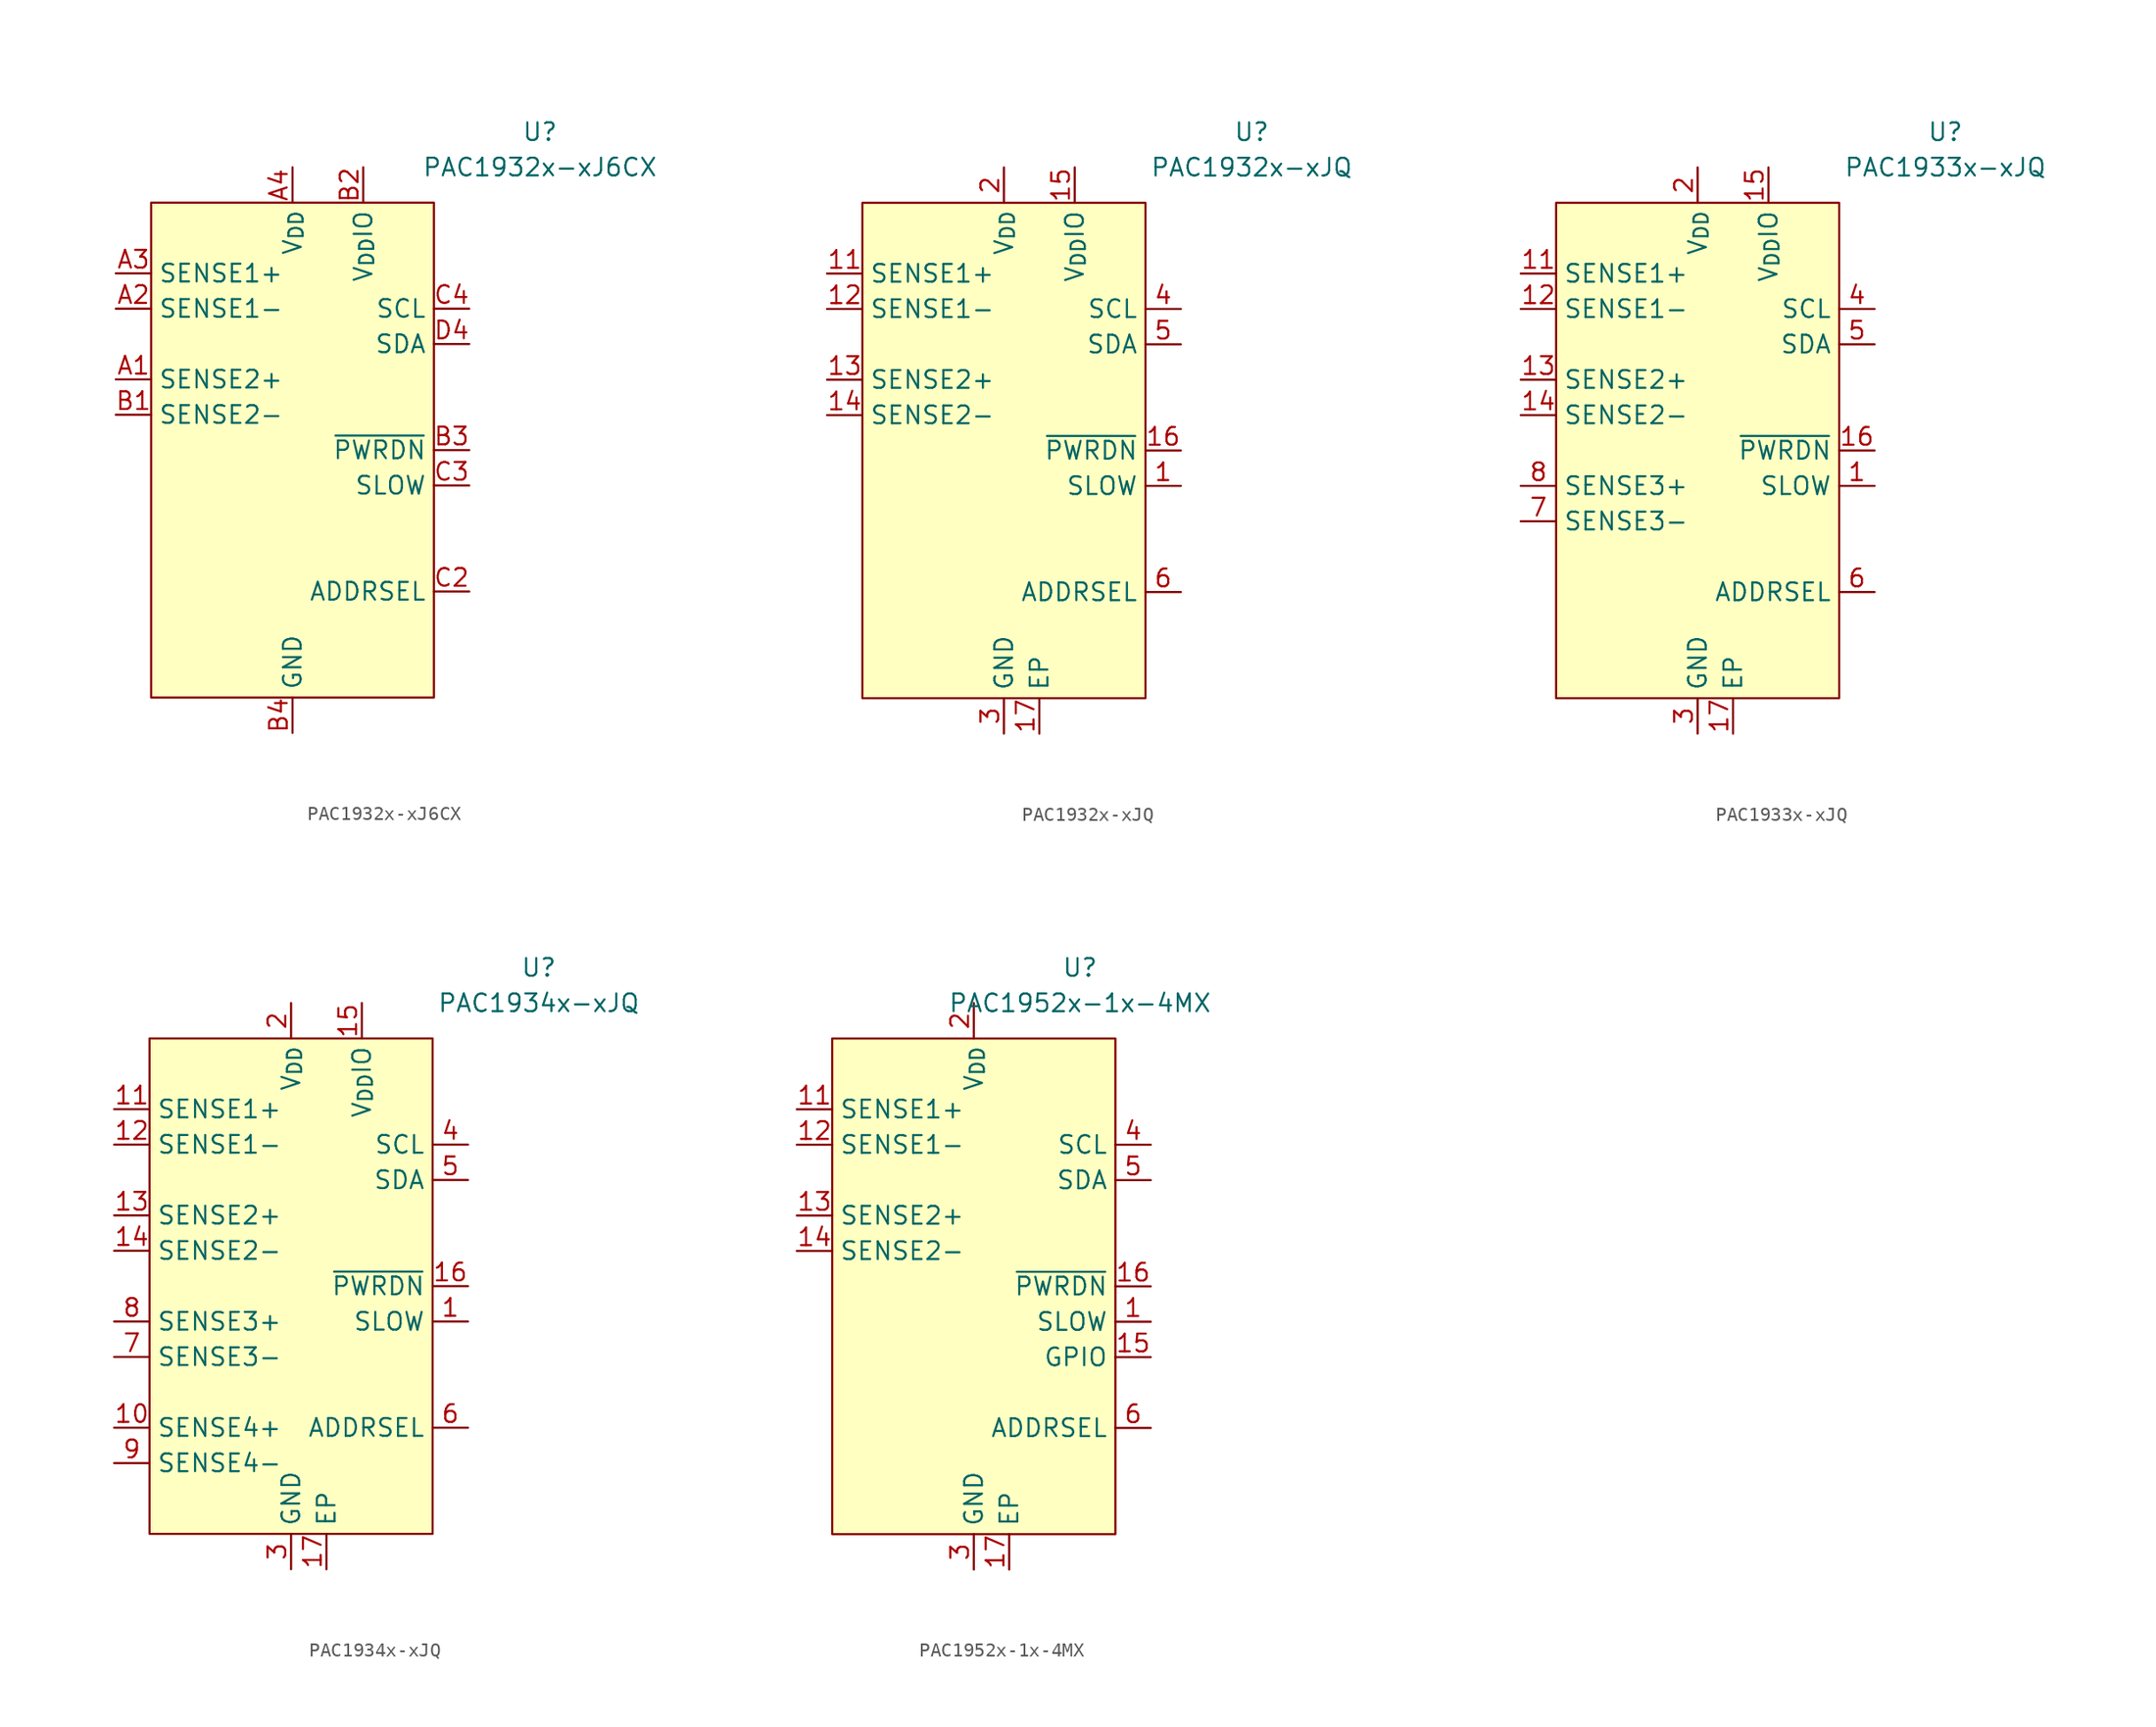
<source format=kicad_sym>
(kicad_symbol_lib
  (version 20241209)
  (generator "kicad_symbol_editor")
  (generator_version "9.0")
  (symbol "PAC1932x-xJ6CX"
    (property "Reference" "U"
      (at 17.78 22.86 0)
      (effects (font (size 1.27 1.27))))
    (property "Value" "PAC1932x-xJ6CX"
      (at 17.78 20.32 0)
      (effects (font (size 1.27 1.27))))
    (symbol "PAC1932x-xJ6CX_0_0"
      (pin input line (at -12.7 12.7 0) (length 2.54) (name "SENSE1+" (effects (font (size 1.27 1.27)))) (number "A3" (effects (font (size 1.27 1.27)))))
      (pin input line (at -12.7 10.16 0) (length 2.54) (name "SENSE1-" (effects (font (size 1.27 1.27)))) (number "A2" (effects (font (size 1.27 1.27)))))
      (pin input line (at -12.7 5.08 0) (length 2.54) (name "SENSE2+" (effects (font (size 1.27 1.27)))) (number "A1" (effects (font (size 1.27 1.27)))))
      (pin input line (at -12.7 2.54 0) (length 2.54) (name "SENSE2-" (effects (font (size 1.27 1.27)))) (number "B1" (effects (font (size 1.27 1.27)))))
      (pin power_in line (at 0 20.32 270) (length 2.54) (name "V_{DD}" (effects (font (size 1.27 1.27)))) (number "A4" (effects (font (size 1.27 1.27)))))
      (pin power_in line (at 0 -20.32 90) (length 2.54) (name "GND" (effects (font (size 1.27 1.27)))) (number "B4" (effects (font (size 1.27 1.27)))))
      (pin passive line (at 0 -20.32 90) (length 2.54) (hide yes) (name "GND" (effects (font (size 1.27 1.27)))) (number "C1" (effects (font (size 1.27 1.27)))))
      (pin passive line (at 0 -20.32 90) (length 2.54) (hide yes) (name "GND" (effects (font (size 1.27 1.27)))) (number "D1" (effects (font (size 1.27 1.27)))))
      (pin passive line (at 0 -20.32 90) (length 2.54) (hide yes) (name "GND" (effects (font (size 1.27 1.27)))) (number "D2" (effects (font (size 1.27 1.27)))))
      (pin passive line (at 0 -20.32 90) (length 2.54) (hide yes) (name "GND" (effects (font (size 1.27 1.27)))) (number "D3" (effects (font (size 1.27 1.27)))))
      (pin input line (at 5.08 20.32 270) (length 2.54) (name "V_{DD}IO" (effects (font (size 1.27 1.27)))) (number "B2" (effects (font (size 1.27 1.27)))))
      (pin input line (at 12.7 10.16 180) (length 2.54) (name "SCL" (effects (font (size 1.27 1.27)))) (number "C4" (effects (font (size 1.27 1.27)))) (alternate "SM_CLK" input line))
      (pin bidirectional line (at 12.7 7.62 180) (length 2.54) (name "SDA" (effects (font (size 1.27 1.27)))) (number "D4" (effects (font (size 1.27 1.27)))) (alternate "SM_DATA" bidirectional line))
      (pin input line (at 12.7 0 180) (length 2.54) (name "~{PWRDN}" (effects (font (size 1.27 1.27)))) (number "B3" (effects (font (size 1.27 1.27)))))
      (pin input line (at 12.7 -2.54 180) (length 2.54) (name "SLOW" (effects (font (size 1.27 1.27)))) (number "C3" (effects (font (size 1.27 1.27)))) (alternate "~{ALERT1}" open_collector line))
      (pin passive line (at 12.7 -10.16 180) (length 2.54) (name "ADDRSEL" (effects (font (size 1.27 1.27)))) (number "C2" (effects (font (size 1.27 1.27))))))
    (symbol "PAC1932x-xJ6CX_0_1"
      (rectangle (start -10.16 17.78) (end 10.16 -17.78) (stroke (width 0) (type default)) (fill (type background)))))
  (symbol "PAC1932x-xJQ"
    (property "Reference" "U"
      (at 17.78 22.86 0)
      (effects (font (size 1.27 1.27))))
    (property "Value" "PAC1932x-xJQ"
      (at 17.78 20.32 0)
      (effects (font (size 1.27 1.27))))
    (symbol "PAC1932x-xJQ_0_0"
      (pin input line (at -12.7 12.7 0) (length 2.54) (name "SENSE1+" (effects (font (size 1.27 1.27)))) (number "11" (effects (font (size 1.27 1.27)))))
      (pin input line (at -12.7 10.16 0) (length 2.54) (name "SENSE1-" (effects (font (size 1.27 1.27)))) (number "12" (effects (font (size 1.27 1.27)))))
      (pin input line (at -12.7 5.08 0) (length 2.54) (name "SENSE2+" (effects (font (size 1.27 1.27)))) (number "13" (effects (font (size 1.27 1.27)))))
      (pin input line (at -12.7 2.54 0) (length 2.54) (name "SENSE2-" (effects (font (size 1.27 1.27)))) (number "14" (effects (font (size 1.27 1.27)))))
      (pin power_in line (at 0 20.32 270) (length 2.54) (name "V_{DD}" (effects (font (size 1.27 1.27)))) (number "2" (effects (font (size 1.27 1.27)))))
      (pin passive line (at 0 -20.32 90) (length 2.54) (hide yes) (name "GND" (effects (font (size 1.27 1.27)))) (number "10" (effects (font (size 1.27 1.27)))))
      (pin power_in line (at 0 -20.32 90) (length 2.54) (name "GND" (effects (font (size 1.27 1.27)))) (number "3" (effects (font (size 1.27 1.27)))))
      (pin passive line (at 0 -20.32 90) (length 2.54) (hide yes) (name "GND" (effects (font (size 1.27 1.27)))) (number "7" (effects (font (size 1.27 1.27)))))
      (pin passive line (at 0 -20.32 90) (length 2.54) (hide yes) (name "GND" (effects (font (size 1.27 1.27)))) (number "8" (effects (font (size 1.27 1.27)))))
      (pin passive line (at 0 -20.32 90) (length 2.54) (hide yes) (name "GND" (effects (font (size 1.27 1.27)))) (number "9" (effects (font (size 1.27 1.27)))))
      (pin passive line (at 2.54 -20.32 90) (length 2.54) (name "EP" (effects (font (size 1.27 1.27)))) (number "17" (effects (font (size 1.27 1.27)))))
      (pin input line (at 5.08 20.32 270) (length 2.54) (name "V_{DD}IO" (effects (font (size 1.27 1.27)))) (number "15" (effects (font (size 1.27 1.27)))))
      (pin input line (at 12.7 10.16 180) (length 2.54) (name "SCL" (effects (font (size 1.27 1.27)))) (number "4" (effects (font (size 1.27 1.27)))) (alternate "SM_CLK" input line))
      (pin bidirectional line (at 12.7 7.62 180) (length 2.54) (name "SDA" (effects (font (size 1.27 1.27)))) (number "5" (effects (font (size 1.27 1.27)))) (alternate "SM_DATA" bidirectional line))
      (pin input line (at 12.7 0 180) (length 2.54) (name "~{PWRDN}" (effects (font (size 1.27 1.27)))) (number "16" (effects (font (size 1.27 1.27)))))
      (pin input line (at 12.7 -2.54 180) (length 2.54) (name "SLOW" (effects (font (size 1.27 1.27)))) (number "1" (effects (font (size 1.27 1.27)))) (alternate "~{ALERT1}" open_collector line))
      (pin passive line (at 12.7 -10.16 180) (length 2.54) (name "ADDRSEL" (effects (font (size 1.27 1.27)))) (number "6" (effects (font (size 1.27 1.27))))))
    (symbol "PAC1932x-xJQ_0_1"
      (rectangle (start -10.16 17.78) (end 10.16 -17.78) (stroke (width 0) (type default)) (fill (type background)))))
  (symbol "PAC1933x-xJQ"
    (property "Reference" "U"
      (at 17.78 22.86 0)
      (effects (font (size 1.27 1.27))))
    (property "Value" "PAC1933x-xJQ"
      (at 17.78 20.32 0)
      (effects (font (size 1.27 1.27))))
    (symbol "PAC1933x-xJQ_0_0"
      (pin input line (at -12.7 12.7 0) (length 2.54) (name "SENSE1+" (effects (font (size 1.27 1.27)))) (number "11" (effects (font (size 1.27 1.27)))))
      (pin input line (at -12.7 10.16 0) (length 2.54) (name "SENSE1-" (effects (font (size 1.27 1.27)))) (number "12" (effects (font (size 1.27 1.27)))))
      (pin input line (at -12.7 5.08 0) (length 2.54) (name "SENSE2+" (effects (font (size 1.27 1.27)))) (number "13" (effects (font (size 1.27 1.27)))))
      (pin input line (at -12.7 2.54 0) (length 2.54) (name "SENSE2-" (effects (font (size 1.27 1.27)))) (number "14" (effects (font (size 1.27 1.27)))))
      (pin input line (at -12.7 -2.54 0) (length 2.54) (name "SENSE3+" (effects (font (size 1.27 1.27)))) (number "8" (effects (font (size 1.27 1.27)))))
      (pin input line (at -12.7 -5.08 0) (length 2.54) (name "SENSE3-" (effects (font (size 1.27 1.27)))) (number "7" (effects (font (size 1.27 1.27)))))
      (pin power_in line (at 0 20.32 270) (length 2.54) (name "V_{DD}" (effects (font (size 1.27 1.27)))) (number "2" (effects (font (size 1.27 1.27)))))
      (pin passive line (at 0 -20.32 90) (length 2.54) (hide yes) (name "GND" (effects (font (size 1.27 1.27)))) (number "10" (effects (font (size 1.27 1.27)))))
      (pin power_in line (at 0 -20.32 90) (length 2.54) (name "GND" (effects (font (size 1.27 1.27)))) (number "3" (effects (font (size 1.27 1.27)))))
      (pin passive line (at 0 -20.32 90) (length 2.54) (hide yes) (name "GND" (effects (font (size 1.27 1.27)))) (number "9" (effects (font (size 1.27 1.27)))))
      (pin passive line (at 2.54 -20.32 90) (length 2.54) (name "EP" (effects (font (size 1.27 1.27)))) (number "17" (effects (font (size 1.27 1.27)))))
      (pin input line (at 5.08 20.32 270) (length 2.54) (name "V_{DD}IO" (effects (font (size 1.27 1.27)))) (number "15" (effects (font (size 1.27 1.27)))))
      (pin input line (at 12.7 10.16 180) (length 2.54) (name "SCL" (effects (font (size 1.27 1.27)))) (number "4" (effects (font (size 1.27 1.27)))) (alternate "SM_CLK" input line))
      (pin bidirectional line (at 12.7 7.62 180) (length 2.54) (name "SDA" (effects (font (size 1.27 1.27)))) (number "5" (effects (font (size 1.27 1.27)))) (alternate "SM_DATA" bidirectional line))
      (pin input line (at 12.7 0 180) (length 2.54) (name "~{PWRDN}" (effects (font (size 1.27 1.27)))) (number "16" (effects (font (size 1.27 1.27)))))
      (pin input line (at 12.7 -2.54 180) (length 2.54) (name "SLOW" (effects (font (size 1.27 1.27)))) (number "1" (effects (font (size 1.27 1.27)))) (alternate "~{ALERT1}" open_collector line))
      (pin passive line (at 12.7 -10.16 180) (length 2.54) (name "ADDRSEL" (effects (font (size 1.27 1.27)))) (number "6" (effects (font (size 1.27 1.27))))))
    (symbol "PAC1933x-xJQ_0_1"
      (rectangle (start -10.16 17.78) (end 10.16 -17.78) (stroke (width 0) (type default)) (fill (type background)))))
  (symbol "PAC1934x-xJQ"
    (property "Reference" "U"
      (at 17.78 22.86 0)
      (effects (font (size 1.27 1.27))))
    (property "Value" "PAC1934x-xJQ"
      (at 17.78 20.32 0)
      (effects (font (size 1.27 1.27))))
    (symbol "PAC1934x-xJQ_0_0"
      (pin input line (at -12.7 12.7 0) (length 2.54) (name "SENSE1+" (effects (font (size 1.27 1.27)))) (number "11" (effects (font (size 1.27 1.27)))))
      (pin input line (at -12.7 10.16 0) (length 2.54) (name "SENSE1-" (effects (font (size 1.27 1.27)))) (number "12" (effects (font (size 1.27 1.27)))))
      (pin input line (at -12.7 5.08 0) (length 2.54) (name "SENSE2+" (effects (font (size 1.27 1.27)))) (number "13" (effects (font (size 1.27 1.27)))))
      (pin input line (at -12.7 2.54 0) (length 2.54) (name "SENSE2-" (effects (font (size 1.27 1.27)))) (number "14" (effects (font (size 1.27 1.27)))))
      (pin input line (at -12.7 -2.54 0) (length 2.54) (name "SENSE3+" (effects (font (size 1.27 1.27)))) (number "8" (effects (font (size 1.27 1.27)))))
      (pin input line (at -12.7 -5.08 0) (length 2.54) (name "SENSE3-" (effects (font (size 1.27 1.27)))) (number "7" (effects (font (size 1.27 1.27)))))
      (pin input line (at -12.7 -10.16 0) (length 2.54) (name "SENSE4+" (effects (font (size 1.27 1.27)))) (number "10" (effects (font (size 1.27 1.27)))))
      (pin input line (at -12.7 -12.7 0) (length 2.54) (name "SENSE4-" (effects (font (size 1.27 1.27)))) (number "9" (effects (font (size 1.27 1.27)))))
      (pin power_in line (at 0 20.32 270) (length 2.54) (name "V_{DD}" (effects (font (size 1.27 1.27)))) (number "2" (effects (font (size 1.27 1.27)))))
      (pin power_in line (at 0 -20.32 90) (length 2.54) (name "GND" (effects (font (size 1.27 1.27)))) (number "3" (effects (font (size 1.27 1.27)))))
      (pin passive line (at 2.54 -20.32 90) (length 2.54) (name "EP" (effects (font (size 1.27 1.27)))) (number "17" (effects (font (size 1.27 1.27)))))
      (pin input line (at 5.08 20.32 270) (length 2.54) (name "V_{DD}IO" (effects (font (size 1.27 1.27)))) (number "15" (effects (font (size 1.27 1.27)))))
      (pin input line (at 12.7 10.16 180) (length 2.54) (name "SCL" (effects (font (size 1.27 1.27)))) (number "4" (effects (font (size 1.27 1.27)))) (alternate "SM_CLK" input line))
      (pin bidirectional line (at 12.7 7.62 180) (length 2.54) (name "SDA" (effects (font (size 1.27 1.27)))) (number "5" (effects (font (size 1.27 1.27)))) (alternate "SM_DATA" bidirectional line))
      (pin input line (at 12.7 0 180) (length 2.54) (name "~{PWRDN}" (effects (font (size 1.27 1.27)))) (number "16" (effects (font (size 1.27 1.27)))))
      (pin input line (at 12.7 -2.54 180) (length 2.54) (name "SLOW" (effects (font (size 1.27 1.27)))) (number "1" (effects (font (size 1.27 1.27)))) (alternate "~{ALERT1}" open_collector line))
      (pin passive line (at 12.7 -10.16 180) (length 2.54) (name "ADDRSEL" (effects (font (size 1.27 1.27)))) (number "6" (effects (font (size 1.27 1.27))))))
    (symbol "PAC1934x-xJQ_0_1"
      (rectangle (start -10.16 17.78) (end 10.16 -17.78) (stroke (width 0) (type default)) (fill (type background)))))
  (symbol "PAC1952x-1x-4MX"
    (property "Reference" "U"
      (at 7.62 22.86 0)
      (effects (font (size 1.27 1.27))))
    (property "Value" "PAC1952x-1x-4MX"
      (at 7.62 20.32 0)
      (effects (font (size 1.27 1.27))))
    (symbol "PAC1952x-1x-4MX_0_0"
      (pin input line (at -12.7 12.7 0) (length 2.54) (name "SENSE1+" (effects (font (size 1.27 1.27)))) (number "11" (effects (font (size 1.27 1.27)))))
      (pin input line (at -12.7 10.16 0) (length 2.54) (name "SENSE1-" (effects (font (size 1.27 1.27)))) (number "12" (effects (font (size 1.27 1.27)))))
      (pin input line (at -12.7 5.08 0) (length 2.54) (name "SENSE2+" (effects (font (size 1.27 1.27)))) (number "13" (effects (font (size 1.27 1.27)))))
      (pin input line (at -12.7 2.54 0) (length 2.54) (name "SENSE2-" (effects (font (size 1.27 1.27)))) (number "14" (effects (font (size 1.27 1.27)))))
      (pin power_in line (at 0 20.32 270) (length 2.54) (name "V_{DD}" (effects (font (size 1.27 1.27)))) (number "2" (effects (font (size 1.27 1.27)))))
      (pin passive line (at 0 -20.32 90) (length 2.54) (hide yes) (name "GND" (effects (font (size 1.27 1.27)))) (number "10" (effects (font (size 1.27 1.27)))))
      (pin power_in line (at 0 -20.32 90) (length 2.54) (name "GND" (effects (font (size 1.27 1.27)))) (number "3" (effects (font (size 1.27 1.27)))))
      (pin passive line (at 0 -20.32 90) (length 2.54) (hide yes) (name "GND" (effects (font (size 1.27 1.27)))) (number "7" (effects (font (size 1.27 1.27)))))
      (pin passive line (at 0 -20.32 90) (length 2.54) (hide yes) (name "GND" (effects (font (size 1.27 1.27)))) (number "8" (effects (font (size 1.27 1.27)))))
      (pin passive line (at 0 -20.32 90) (length 2.54) (hide yes) (name "GND" (effects (font (size 1.27 1.27)))) (number "9" (effects (font (size 1.27 1.27)))))
      (pin passive line (at 2.54 -20.32 90) (length 2.54) (name "EP" (effects (font (size 1.27 1.27)))) (number "17" (effects (font (size 1.27 1.27)))))
      (pin input line (at 12.7 10.16 180) (length 2.54) (name "SCL" (effects (font (size 1.27 1.27)))) (number "4" (effects (font (size 1.27 1.27)))) (alternate "SM_CLK" input line))
      (pin bidirectional line (at 12.7 7.62 180) (length 2.54) (name "SDA" (effects (font (size 1.27 1.27)))) (number "5" (effects (font (size 1.27 1.27)))) (alternate "SM_DATA" bidirectional line))
      (pin input line (at 12.7 0 180) (length 2.54) (name "~{PWRDN}" (effects (font (size 1.27 1.27)))) (number "16" (effects (font (size 1.27 1.27)))))
      (pin input line (at 12.7 -2.54 180) (length 2.54) (name "SLOW" (effects (font (size 1.27 1.27)))) (number "1" (effects (font (size 1.27 1.27)))) (alternate "GPIO" bidirectional line) (alternate "~{ALERT1}" open_collector line))
      (pin bidirectional line (at 12.7 -5.08 180) (length 2.54) (name "GPIO" (effects (font (size 1.27 1.27)))) (number "15" (effects (font (size 1.27 1.27)))) (alternate "~{ALERT2}" open_collector line))
      (pin passive line (at 12.7 -10.16 180) (length 2.54) (name "ADDRSEL" (effects (font (size 1.27 1.27)))) (number "6" (effects (font (size 1.27 1.27))))))
    (symbol "PAC1952x-1x-4MX_0_1"
      (rectangle (start -10.16 17.78) (end 10.16 -17.78) (stroke (width 0) (type default)) (fill (type background))))))
</source>
